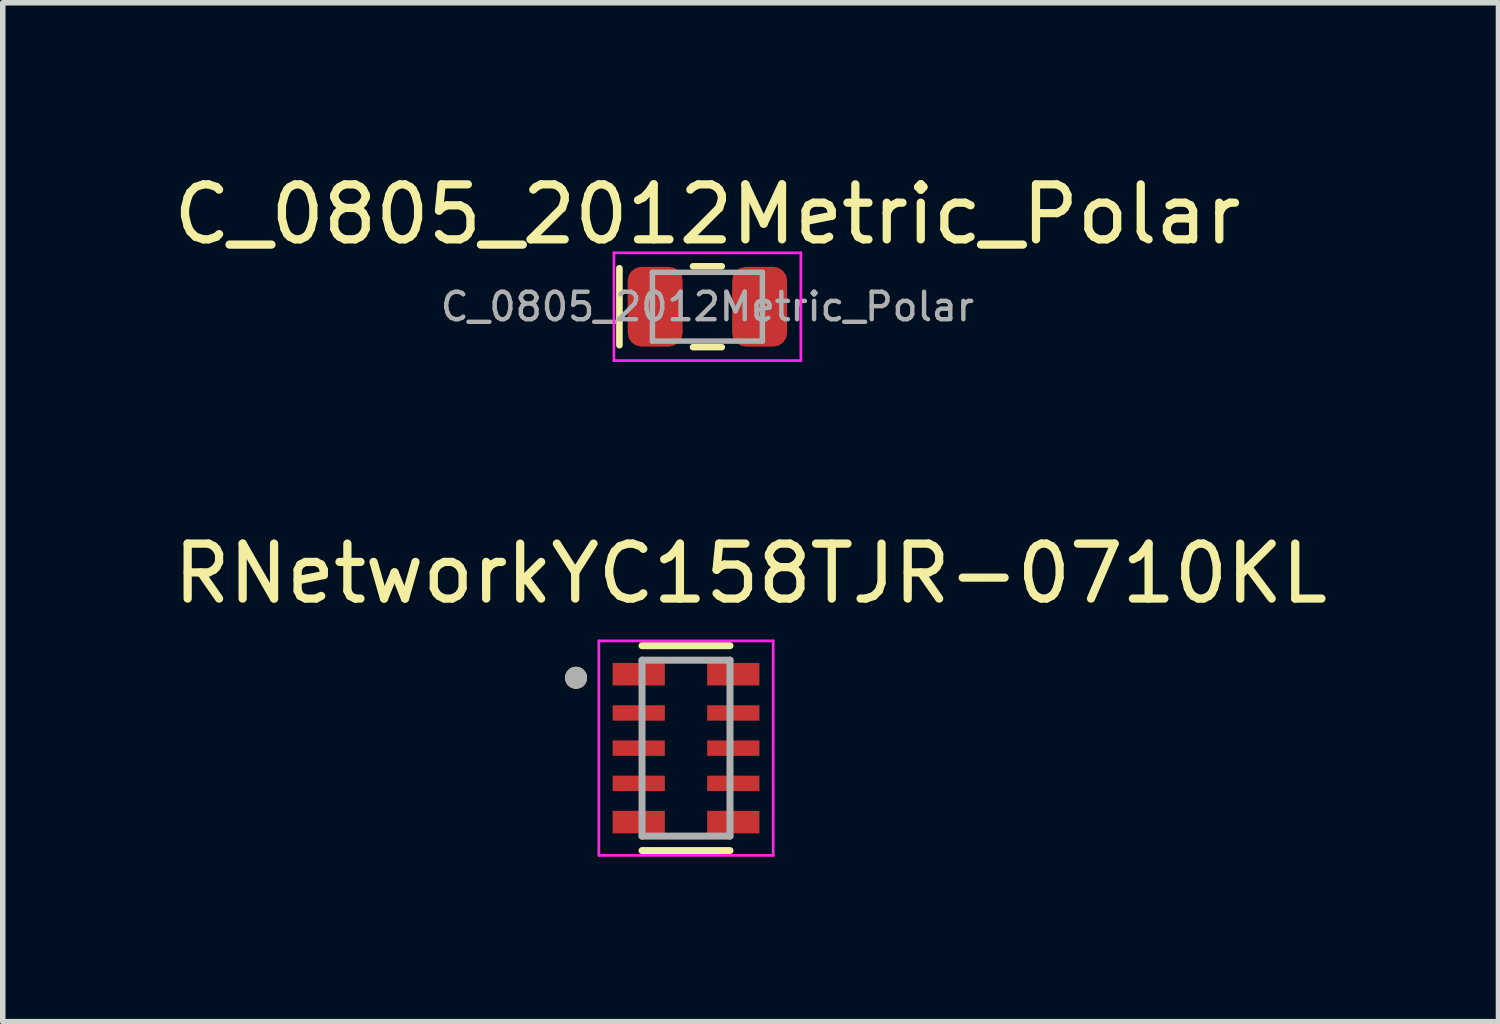
<source format=kicad_pcb>
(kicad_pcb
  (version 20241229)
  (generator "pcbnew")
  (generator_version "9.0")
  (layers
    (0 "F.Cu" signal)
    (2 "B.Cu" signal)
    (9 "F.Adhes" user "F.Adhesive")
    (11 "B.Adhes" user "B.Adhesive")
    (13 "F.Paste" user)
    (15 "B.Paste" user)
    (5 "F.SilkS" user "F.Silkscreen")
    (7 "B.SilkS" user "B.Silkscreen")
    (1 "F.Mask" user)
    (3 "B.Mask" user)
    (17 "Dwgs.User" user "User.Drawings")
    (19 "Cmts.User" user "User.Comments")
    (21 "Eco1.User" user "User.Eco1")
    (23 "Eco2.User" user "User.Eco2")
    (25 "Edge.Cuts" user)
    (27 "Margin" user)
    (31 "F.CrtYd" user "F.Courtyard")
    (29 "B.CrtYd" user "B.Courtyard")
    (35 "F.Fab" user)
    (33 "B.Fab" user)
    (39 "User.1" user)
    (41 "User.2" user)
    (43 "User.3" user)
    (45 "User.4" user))
  (footprint "RNetworkYC158TJR-0710KL"
    (layer "F.Cu")
    (at 9.426 10.556)
    (property "Reference" "RNetworkYC158TJR-0710KL" (at 1.175 -3.175 0) (layer "F.SilkS") (effects (font (size 1 1) (thickness 0.15))))
    (attr smd)
    (fp_line (start -0.8 1.863) (end 0.8 1.863) (stroke (width 0.127) (type solid)) (layer "F.SilkS"))
    (fp_line (start 0.8 -1.863) (end -0.8 -1.863) (stroke (width 0.127) (type solid)) (layer "F.SilkS"))
    (fp_circle (center -2 -1.28) (end -1.9 -1.28) (stroke (width 0.2) (type solid)) (fill no) (layer "F.SilkS"))
    (fp_line (start -1.585 -1.95) (end -1.585 1.95) (stroke (width 0.05) (type solid)) (layer "F.CrtYd"))
    (fp_line (start -1.585 1.95) (end 1.585 1.95) (stroke (width 0.05) (type solid)) (layer "F.CrtYd"))
    (fp_line (start 1.585 -1.95) (end -1.585 -1.95) (stroke (width 0.05) (type solid)) (layer "F.CrtYd"))
    (fp_line (start 1.585 1.95) (end 1.585 -1.95) (stroke (width 0.05) (type solid)) (layer "F.CrtYd"))
    (fp_line (start -0.8 -1.6) (end -0.8 1.6) (stroke (width 0.127) (type solid)) (layer "F.Fab"))
    (fp_line (start -0.8 1.6) (end 0.8 1.6) (stroke (width 0.127) (type solid)) (layer "F.Fab"))
    (fp_line (start 0.8 -1.6) (end -0.8 -1.6) (stroke (width 0.127) (type solid)) (layer "F.Fab"))
    (fp_line (start 0.8 1.6) (end 0.8 -1.6) (stroke (width 0.127) (type solid)) (layer "F.Fab"))
    (fp_circle (center -2 -1.28) (end -1.9 -1.28) (stroke (width 0.2) (type solid)) (fill no) (layer "F.Fab"))
    (pad "1" smd rect (at -0.86 -1.345) (size 0.95 0.41) (layers "F.Cu" "F.Mask" "F.Paste"))
    (pad "2" smd rect (at -0.86 -0.64) (size 0.95 0.28) (layers "F.Cu" "F.Mask" "F.Paste"))
    (pad "3" smd rect (at -0.86 0) (size 0.95 0.28) (layers "F.Cu" "F.Mask" "F.Paste"))
    (pad "4" smd rect (at -0.86 0.64) (size 0.95 0.28) (layers "F.Cu" "F.Mask" "F.Paste"))
    (pad "5" smd rect (at -0.86 1.345) (size 0.95 0.41) (layers "F.Cu" "F.Mask" "F.Paste"))
    (pad "6" smd rect (at 0.86 1.345 180) (size 0.95 0.41) (layers "F.Cu" "F.Mask" "F.Paste"))
    (pad "7" smd rect (at 0.86 0.64 180) (size 0.95 0.28) (layers "F.Cu" "F.Mask" "F.Paste"))
    (pad "8" smd rect (at 0.86 0 180) (size 0.95 0.28) (layers "F.Cu" "F.Mask" "F.Paste"))
    (pad "9" smd rect (at 0.86 -0.64 180) (size 0.95 0.28) (layers "F.Cu" "F.Mask" "F.Paste"))
    (pad "10" smd rect (at 0.86 -1.345 180) (size 0.95 0.41) (layers "F.Cu" "F.Mask" "F.Paste")))
  (footprint "C_0805_2012Metric_Polar"
    (layer "F.Cu")
    (at 9.815 2.528)
    (property "Reference" "C_0805_2012Metric_Polar" (at 0 -1.68 0) (layer "F.SilkS") (effects (font (size 1 1) (thickness 0.15))))
    (attr smd)
    (fp_line (start -1.6 0.7) (end -1.6 -0.7) (stroke (width 0.12) (type solid)) (layer "F.SilkS"))
    (fp_line (start -0.261 -0.735) (end 0.261 -0.735) (stroke (width 0.12) (type solid)) (layer "F.SilkS"))
    (fp_line (start -0.261 0.735) (end 0.261 0.735) (stroke (width 0.12) (type solid)) (layer "F.SilkS"))
    (fp_line (start -1.7 -0.98) (end 1.7 -0.98) (stroke (width 0.05) (type solid)) (layer "F.CrtYd"))
    (fp_line (start -1.7 0.98) (end -1.7 -0.98) (stroke (width 0.05) (type solid)) (layer "F.CrtYd"))
    (fp_line (start 1.7 -0.98) (end 1.7 0.98) (stroke (width 0.05) (type solid)) (layer "F.CrtYd"))
    (fp_line (start 1.7 0.98) (end -1.7 0.98) (stroke (width 0.05) (type solid)) (layer "F.CrtYd"))
    (fp_line (start -1 -0.625) (end 1 -0.625) (stroke (width 0.1) (type solid)) (layer "F.Fab"))
    (fp_line (start -1 0.625) (end -1 -0.625) (stroke (width 0.1) (type solid)) (layer "F.Fab"))
    (fp_line (start 1 -0.625) (end 1 0.625) (stroke (width 0.1) (type solid)) (layer "F.Fab"))
    (fp_line (start 1 0.625) (end -1 0.625) (stroke (width 0.1) (type solid)) (layer "F.Fab"))
    (fp_text user "${REFERENCE}" (at 0 0 0) (layer "F.Fab") (effects (font (size 0.5 0.5) (thickness 0.08))))
    (pad "1" smd roundrect (at -0.95 0) (size 1 1.45) (layers "F.Cu" "F.Mask" "F.Paste") (roundrect_rratio 0.25))
    (pad "2" smd roundrect (at 0.95 0) (size 1 1.45) (layers "F.Cu" "F.Mask" "F.Paste") (roundrect_rratio 0.25)))
  (gr_rect
    (start -3 -3)
    (end 24.202 15.531)
    (stroke (width 0.1) (type default))
    (fill no)
    (layer "Edge.Cuts")))
</source>
